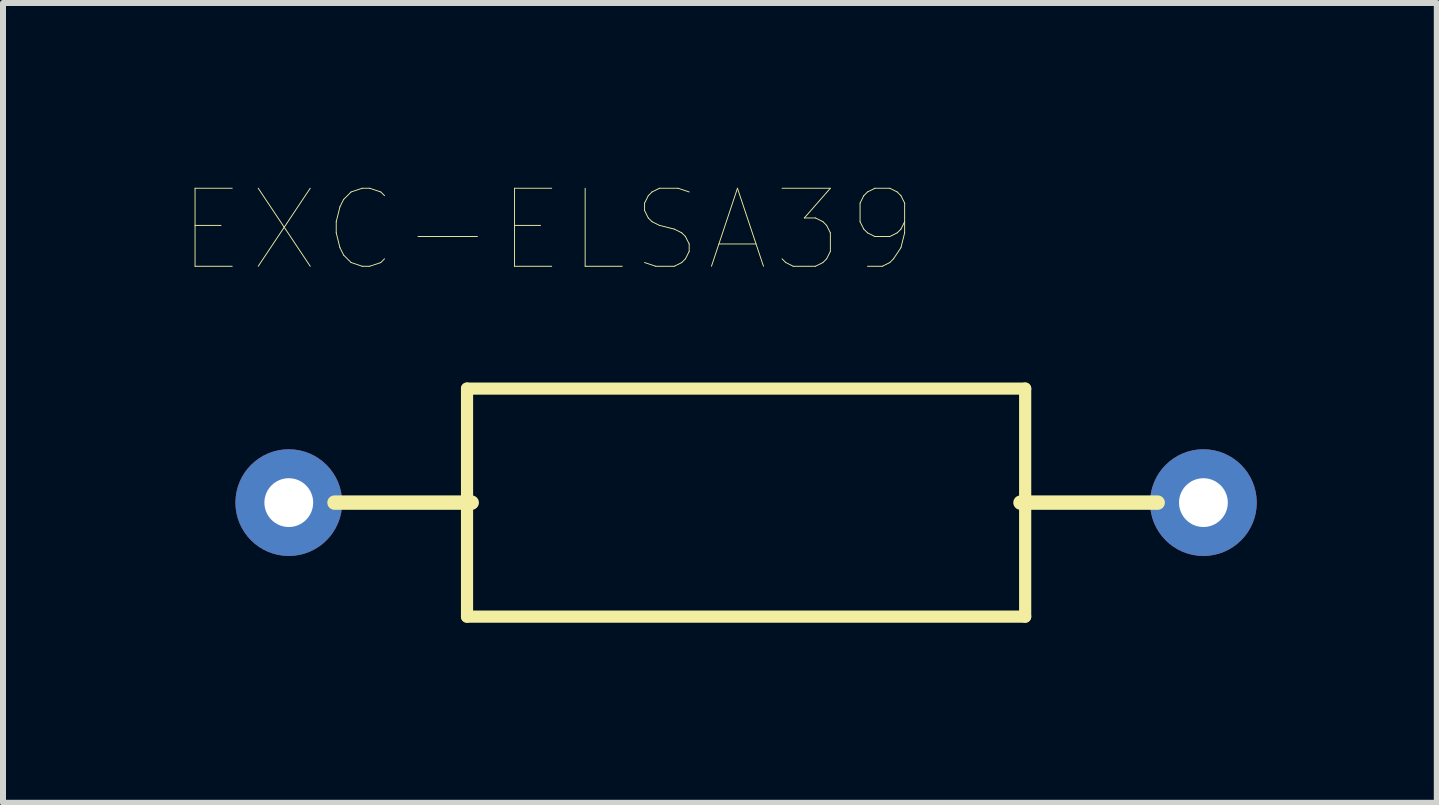
<source format=kicad_pcb>
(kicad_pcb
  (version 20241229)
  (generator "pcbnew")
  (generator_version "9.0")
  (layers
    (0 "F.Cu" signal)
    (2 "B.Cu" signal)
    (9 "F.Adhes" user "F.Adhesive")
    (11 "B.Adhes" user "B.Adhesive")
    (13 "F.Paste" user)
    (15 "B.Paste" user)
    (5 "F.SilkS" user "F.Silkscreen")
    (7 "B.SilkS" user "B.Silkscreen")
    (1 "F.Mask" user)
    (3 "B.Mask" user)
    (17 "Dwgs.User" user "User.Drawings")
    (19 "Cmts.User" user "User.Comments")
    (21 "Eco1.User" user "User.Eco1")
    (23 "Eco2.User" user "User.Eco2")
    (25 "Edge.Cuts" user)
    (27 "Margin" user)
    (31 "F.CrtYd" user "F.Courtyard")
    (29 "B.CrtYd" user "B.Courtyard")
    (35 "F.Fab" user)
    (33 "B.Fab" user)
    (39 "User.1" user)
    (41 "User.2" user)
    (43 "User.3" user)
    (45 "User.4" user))
  (footprint "EXC-ELSA39"
    (layer "F.Cu")
    (at 9.382 5.325)
    (property "Reference" "EXC-ELSA39" (at -3.301 -4.539 0) (layer "F.SilkS") (effects (font (size 1.3 1.3) (thickness 0.015))))
    (attr through_hole)
    (fp_line (start -4.65 -1.9) (end 4.65 -1.9) (stroke (width 0.203) (type solid)) (layer "F.SilkS"))
    (fp_line (start -4.65 1.9) (end -4.65 -1.9) (stroke (width 0.203) (type solid)) (layer "F.SilkS"))
    (fp_line (start -4.572 0) (end -6.858 0) (stroke (width 0.24) (type solid)) (layer "F.SilkS"))
    (fp_line (start 4.572 0) (end 6.858 0) (stroke (width 0.24) (type solid)) (layer "F.SilkS"))
    (fp_line (start 4.65 -1.9) (end 4.65 1.9) (stroke (width 0.203) (type solid)) (layer "F.SilkS"))
    (fp_line (start 4.65 1.9) (end -4.65 1.9) (stroke (width 0.203) (type solid)) (layer "F.SilkS"))
    (pad "1" thru_hole circle (at -7.62 0) (size 1.778 1.778) (drill 0.813) (layers "*.Cu" "*.Mask"))
    (pad "2" thru_hole circle (at 7.62 0) (size 1.778 1.778) (drill 0.813) (layers "*.Cu" "*.Mask")))
  (gr_rect
    (start -3 -3)
    (end 20.891 10.327)
    (stroke (width 0.1) (type default))
    (fill no)
    (layer "Edge.Cuts")))
</source>
